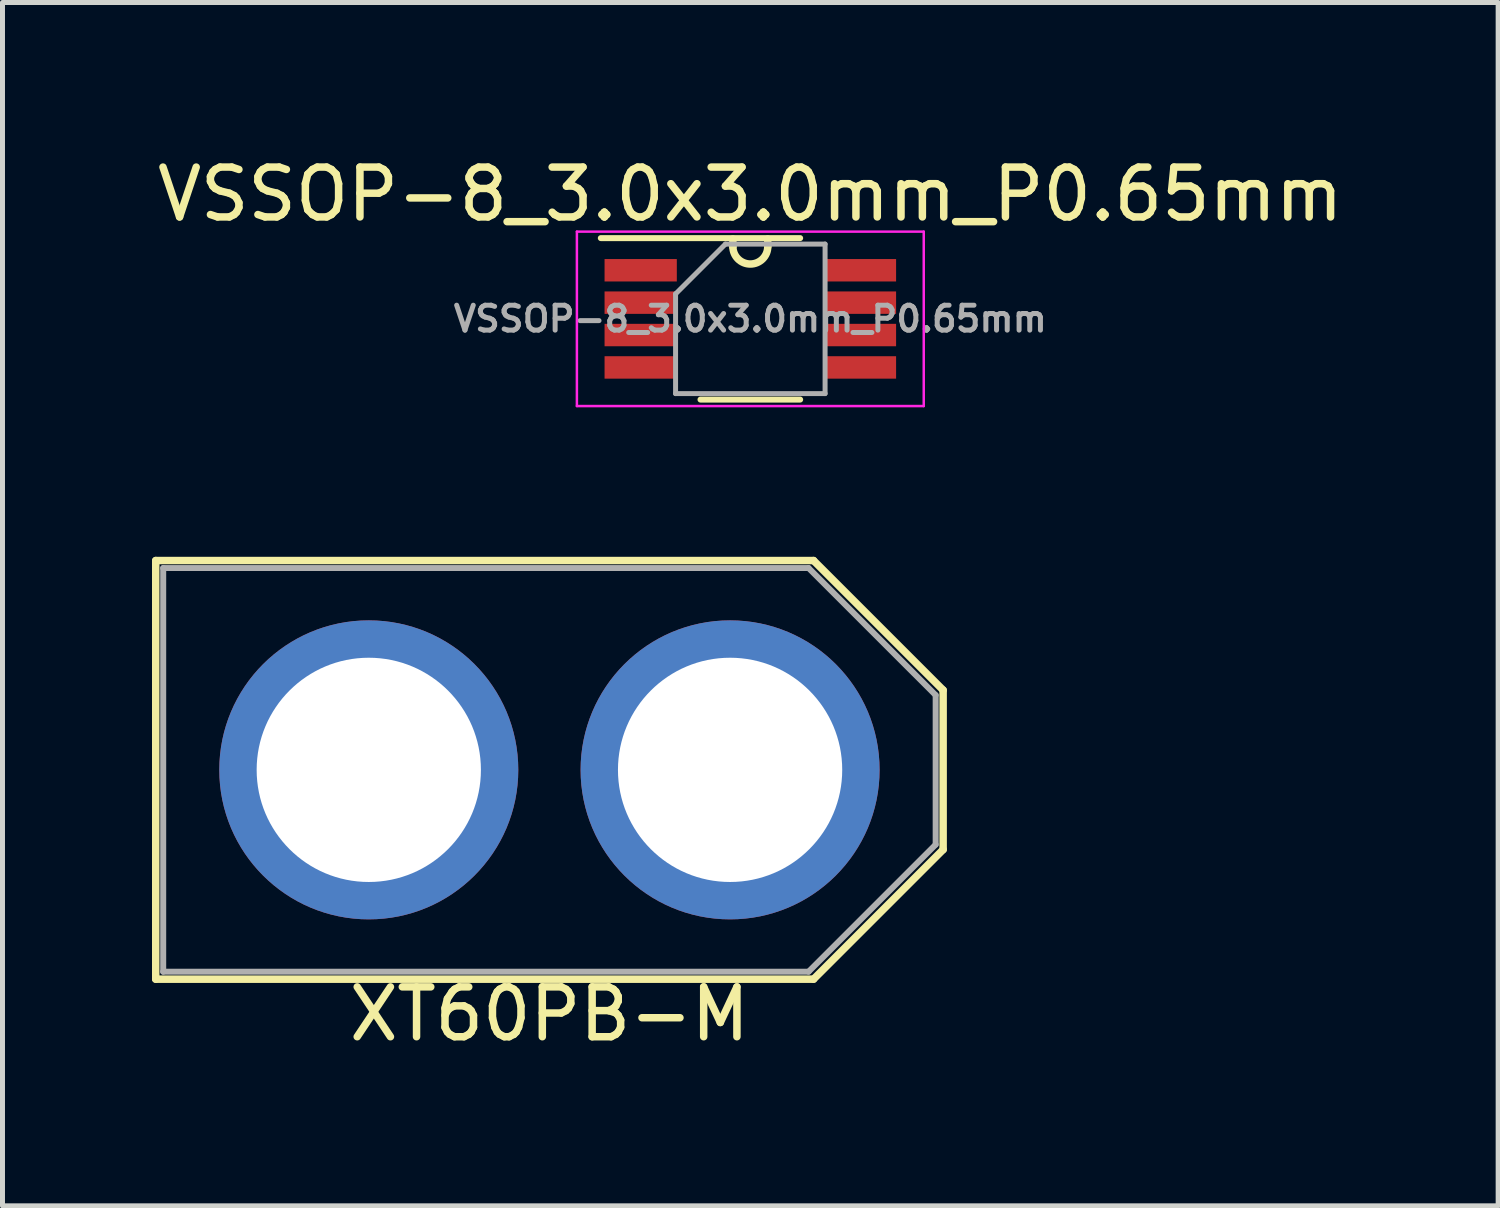
<source format=kicad_pcb>
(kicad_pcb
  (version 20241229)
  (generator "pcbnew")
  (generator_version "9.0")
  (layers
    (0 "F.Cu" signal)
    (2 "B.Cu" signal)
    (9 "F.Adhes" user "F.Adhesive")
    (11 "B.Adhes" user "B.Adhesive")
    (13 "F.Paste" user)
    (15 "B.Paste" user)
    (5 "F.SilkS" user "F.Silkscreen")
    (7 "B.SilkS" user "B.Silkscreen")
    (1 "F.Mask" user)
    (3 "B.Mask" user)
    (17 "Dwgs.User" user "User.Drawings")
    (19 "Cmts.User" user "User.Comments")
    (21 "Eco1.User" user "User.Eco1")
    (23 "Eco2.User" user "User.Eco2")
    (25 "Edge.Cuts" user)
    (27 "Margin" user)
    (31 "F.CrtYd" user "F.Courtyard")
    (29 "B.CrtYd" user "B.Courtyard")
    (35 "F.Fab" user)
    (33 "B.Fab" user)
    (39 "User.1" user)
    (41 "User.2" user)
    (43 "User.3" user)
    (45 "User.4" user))
  (footprint "VSSOP-8_3.0x3.0mm_P0.65mm"
    (layer "F.Cu")
    (at 12.006 3.348)
    (property "Reference" "VSSOP-8_3.0x3.0mm_P0.65mm" (at 0 -2.5 0) (layer "F.SilkS") (effects (font (size 1 1) (thickness 0.15))))
    (attr smd)
    (fp_line (start -0.35 -1.6) (end -0.35 -1.45) (stroke (width 0.15) (type solid)) (layer "F.SilkS"))
    (fp_line (start 0.35 -1.6) (end 0.35 -1.45) (stroke (width 0.15) (type solid)) (layer "F.SilkS"))
    (fp_line (start 1 -1.62) (end -3 -1.62) (stroke (width 0.12) (type solid)) (layer "F.SilkS"))
    (fp_line (start 1 1.62) (end -1 1.62) (stroke (width 0.12) (type solid)) (layer "F.SilkS"))
    (fp_arc (start 0.35 -1.45) (mid 0 -1.1) (end -0.35 -1.45) (stroke (width 0.15) (type solid)) (layer "F.SilkS"))
    (fp_line (start -3.48 -1.75) (end 3.48 -1.75) (stroke (width 0.05) (type solid)) (layer "F.CrtYd"))
    (fp_line (start -3.48 1.75) (end -3.48 -1.75) (stroke (width 0.05) (type solid)) (layer "F.CrtYd"))
    (fp_line (start 3.48 -1.75) (end 3.48 1.75) (stroke (width 0.05) (type solid)) (layer "F.CrtYd"))
    (fp_line (start 3.48 1.75) (end -3.48 1.75) (stroke (width 0.05) (type solid)) (layer "F.CrtYd"))
    (fp_line (start -1.5 1.5) (end -1.5 -0.5) (stroke (width 0.1) (type solid)) (layer "F.Fab"))
    (fp_line (start -0.5 -1.5) (end -1.5 -0.5) (stroke (width 0.1) (type solid)) (layer "F.Fab"))
    (fp_line (start -0.5 -1.5) (end 1.5 -1.5) (stroke (width 0.1) (type solid)) (layer "F.Fab"))
    (fp_line (start 1.5 -1.5) (end 1.5 1.5) (stroke (width 0.1) (type solid)) (layer "F.Fab"))
    (fp_line (start 1.5 1.5) (end -1.5 1.5) (stroke (width 0.1) (type solid)) (layer "F.Fab"))
    (fp_text user "${REFERENCE}" (at 0 0 0) (layer "F.Fab") (effects (font (size 0.5 0.5) (thickness 0.1))))
    (pad "1" smd rect (at -2.2 -0.975 270) (size 0.45 1.45) (layers "F.Cu" "F.Mask" "F.Paste"))
    (pad "2" smd rect (at -2.2 -0.325 270) (size 0.45 1.45) (layers "F.Cu" "F.Mask" "F.Paste"))
    (pad "3" smd rect (at -2.2 0.325 270) (size 0.45 1.45) (layers "F.Cu" "F.Mask" "F.Paste"))
    (pad "4" smd rect (at -2.2 0.975 270) (size 0.45 1.45) (layers "F.Cu" "F.Mask" "F.Paste"))
    (pad "5" smd rect (at 2.2 0.975 270) (size 0.45 1.45) (layers "F.Cu" "F.Mask" "F.Paste"))
    (pad "6" smd rect (at 2.2 0.325 270) (size 0.45 1.45) (layers "F.Cu" "F.Mask" "F.Paste"))
    (pad "7" smd rect (at 2.2 -0.325 270) (size 0.45 1.45) (layers "F.Cu" "F.Mask" "F.Paste"))
    (pad "8" smd rect (at 2.2 -0.975 270) (size 0.45 1.45) (layers "F.Cu" "F.Mask" "F.Paste")))
  (footprint "XT60PB-M"
    (layer "F.Cu")
    (at 7.975 12.398)
    (property "Reference" "XT60PB-M" (at 0 4.9 0) (layer "F.SilkS") (effects (font (size 1 1) (thickness 0.15))))
    (attr through_hole)
    (fp_line (start -7.9 -4.2) (end -7.9 4.2) (stroke (width 0.15) (type solid)) (layer "F.SilkS"))
    (fp_line (start -7.9 -4.2) (end 5.3 -4.2) (stroke (width 0.15) (type solid)) (layer "F.SilkS"))
    (fp_line (start -7.9 4.2) (end 5.3 4.2) (stroke (width 0.15) (type solid)) (layer "F.SilkS"))
    (fp_line (start 5.3 -4.2) (end 7.9 -1.6) (stroke (width 0.15) (type solid)) (layer "F.SilkS"))
    (fp_line (start 5.3 4.2) (end 7.9 1.6) (stroke (width 0.15) (type solid)) (layer "F.SilkS"))
    (fp_line (start 7.9 -1.6) (end 7.9 1.6) (stroke (width 0.15) (type solid)) (layer "F.SilkS"))
    (fp_line (start -7.75 -4.05) (end -7.75 4.05) (stroke (width 0.12) (type solid)) (layer "F.Fab"))
    (fp_line (start -7.75 -4.05) (end 5.2 -4.05) (stroke (width 0.12) (type solid)) (layer "F.Fab"))
    (fp_line (start -7.75 4.05) (end 5.2 4.05) (stroke (width 0.12) (type solid)) (layer "F.Fab"))
    (fp_line (start 5.2 -4.05) (end 7.75 -1.5) (stroke (width 0.12) (type solid)) (layer "F.Fab"))
    (fp_line (start 5.2 4.05) (end 7.75 1.5) (stroke (width 0.12) (type solid)) (layer "F.Fab"))
    (fp_line (start 7.75 1.5) (end 7.75 -1.5) (stroke (width 0.12) (type solid)) (layer "F.Fab"))
    (pad "1" thru_hole circle (at -3.625 0) (size 6 6) (drill 4.5) (layers "*.Cu" "*.Mask"))
    (pad "2" thru_hole circle (at 3.625 0) (size 6 6) (drill 4.5) (layers "*.Cu" "*.Mask")))
  (gr_rect
    (start -3 -3)
    (end 27.012 21.146)
    (stroke (width 0.1) (type default))
    (fill no)
    (layer "Edge.Cuts")))
</source>
